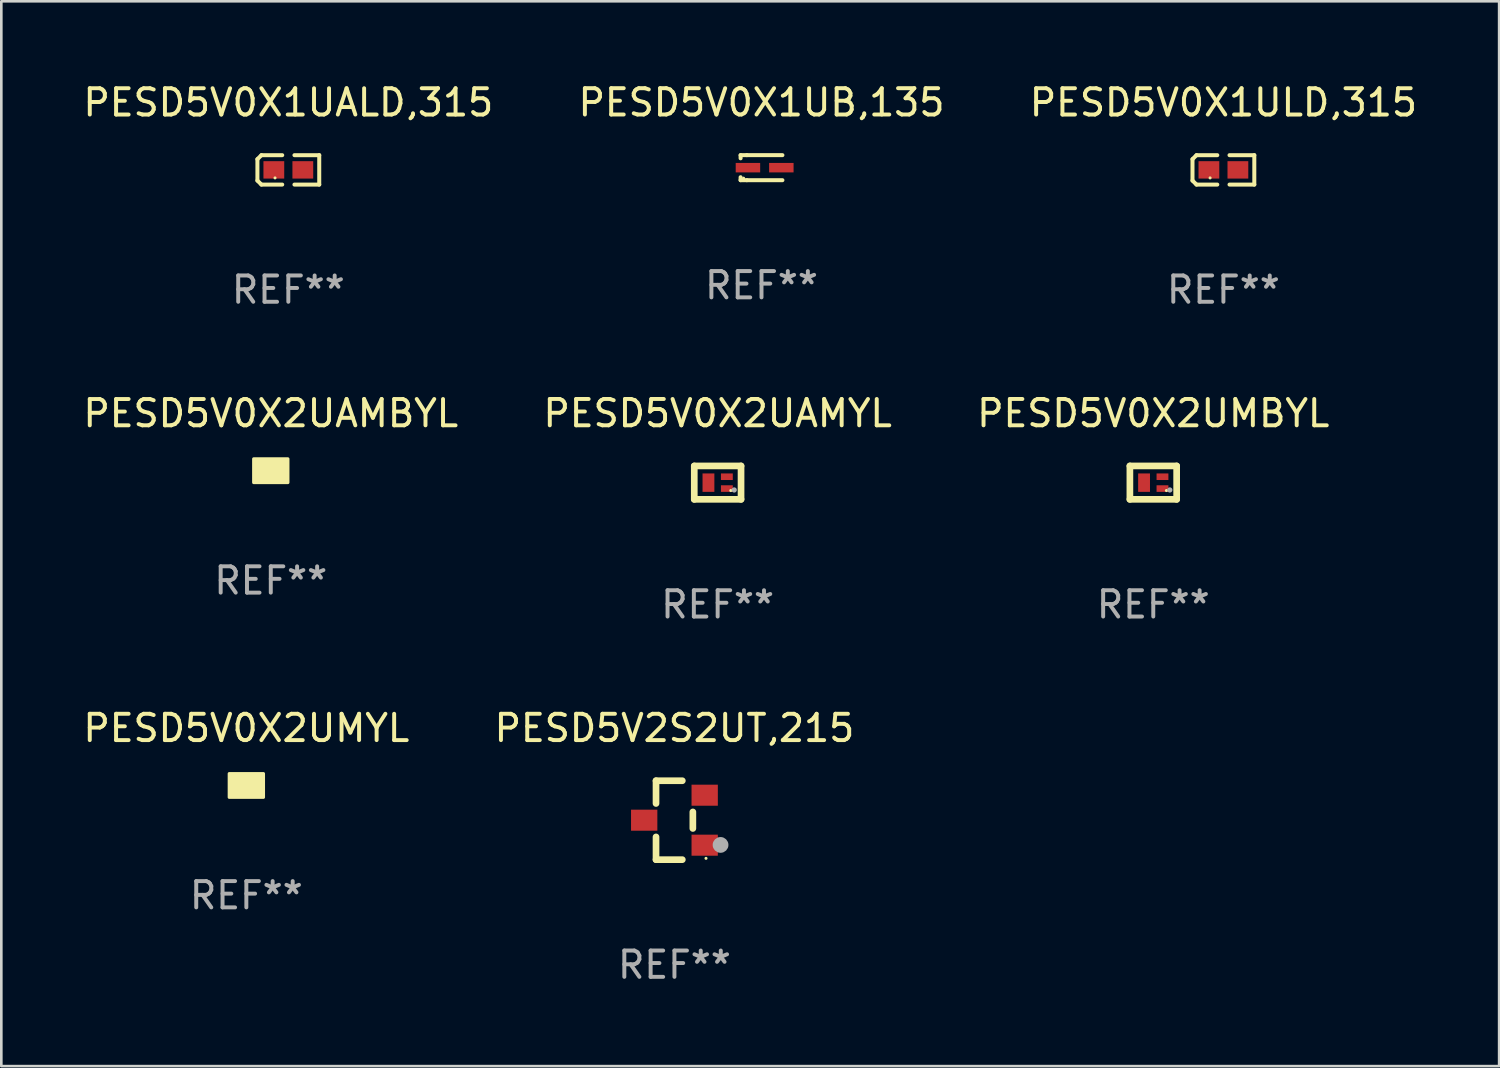
<source format=kicad_pcb>
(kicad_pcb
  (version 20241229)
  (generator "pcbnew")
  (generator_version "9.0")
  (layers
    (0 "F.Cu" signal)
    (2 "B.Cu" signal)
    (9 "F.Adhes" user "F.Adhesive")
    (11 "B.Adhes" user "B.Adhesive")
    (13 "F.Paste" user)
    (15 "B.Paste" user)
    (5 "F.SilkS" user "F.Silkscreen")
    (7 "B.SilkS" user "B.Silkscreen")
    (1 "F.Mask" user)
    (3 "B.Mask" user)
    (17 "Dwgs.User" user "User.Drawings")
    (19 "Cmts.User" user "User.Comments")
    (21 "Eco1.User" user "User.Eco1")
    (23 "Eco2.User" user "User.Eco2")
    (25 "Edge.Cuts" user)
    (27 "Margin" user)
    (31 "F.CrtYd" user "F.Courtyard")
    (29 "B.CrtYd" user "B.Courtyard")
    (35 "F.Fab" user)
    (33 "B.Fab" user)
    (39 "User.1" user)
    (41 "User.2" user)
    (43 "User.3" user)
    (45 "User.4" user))
  (footprint "PESD5V0X2UAMBYL"
    (layer "F.Cu")
    (at 7.244 14.844)
    (property "Reference" "PESD5V0X2UAMBYL" (at 0 -2.18 0) (layer "F.SilkS") (effects (font (size 1 1) (thickness 0.15))))
    (attr through_hole)
    (fp_circle (center 0.513 0.311) (end 0.543 0.311) (stroke (width 0.06) (type solid)) (fill no) (layer "F.SilkS"))
    (fp_poly (pts (xy -0.65 -0.45) (xy 0.65 -0.45) (xy 0.65 0.45) (xy -0.65 0.45)) (stroke (width 0.12) (type solid)) (fill yes) (layer "F.SilkS"))
    (fp_text user "REF**" (at 0 4.18 0) (layer "F.Fab") (effects (font (size 1 1) (thickness 0.15))))
    (pad "1" smd custom (at 0.35 0.18) (size 0.26 0.16) (layers "F.Cu" "F.Mask" "F.Paste") (options (anchor circle)) (primitives (gr_poly (pts (xy 0.13 0.08) (xy -0.13 0.08) (xy -0.13 -0.08) (xy 0.13 -0.08)) (width 0) (fill yes))))
    (pad "2" smd custom (at 0.35 -0.18) (size 0.26 0.16) (layers "F.Cu" "F.Mask" "F.Paste") (options (anchor circle)) (primitives (gr_poly (pts (xy 0.13 0.08) (xy -0.13 0.08) (xy -0.13 -0.08) (xy 0.13 -0.08)) (width 0) (fill yes))))
    (pad "3" smd custom (at -0.35 -0.005) (size 0.26 0.51) (layers "F.Cu" "F.Mask" "F.Paste") (options (anchor circle)) (primitives (gr_poly (pts (xy 0.13 0.255) (xy -0.13 0.255) (xy -0.13 -0.255) (xy 0.13 -0.255)) (width 0) (fill yes)))))
  (footprint "PESD5V0X2UMYL"
    (layer "F.Cu")
    (at 6.315 26.81)
    (property "Reference" "PESD5V0X2UMYL" (at 0 -2.18 0) (layer "F.SilkS") (effects (font (size 1 1) (thickness 0.15))))
    (attr through_hole)
    (fp_circle (center 0.513 0.311) (end 0.543 0.311) (stroke (width 0.06) (type solid)) (fill no) (layer "F.SilkS"))
    (fp_poly (pts (xy -0.65 -0.45) (xy 0.65 -0.45) (xy 0.65 0.45) (xy -0.65 0.45)) (stroke (width 0.12) (type solid)) (fill yes) (layer "F.SilkS"))
    (fp_text user "REF**" (at 0 4.18 0) (layer "F.Fab") (effects (font (size 1 1) (thickness 0.15))))
    (pad "1" smd custom (at 0.35 0.18) (size 0.26 0.16) (layers "F.Cu" "F.Mask" "F.Paste") (options (anchor circle)) (primitives (gr_poly (pts (xy 0.13 0.08) (xy -0.13 0.08) (xy -0.13 -0.08) (xy 0.13 -0.08)) (width 0) (fill yes))))
    (pad "2" smd custom (at 0.35 -0.18) (size 0.26 0.16) (layers "F.Cu" "F.Mask" "F.Paste") (options (anchor circle)) (primitives (gr_poly (pts (xy 0.13 0.08) (xy -0.13 0.08) (xy -0.13 -0.08) (xy 0.13 -0.08)) (width 0) (fill yes))))
    (pad "3" smd custom (at -0.35 -0.005) (size 0.26 0.51) (layers "F.Cu" "F.Mask" "F.Paste") (options (anchor circle)) (primitives (gr_poly (pts (xy 0.13 0.255) (xy -0.13 0.255) (xy -0.13 -0.255) (xy 0.13 -0.255)) (width 0) (fill yes)))))
  (footprint "PESD5V2S2UT,215"
    (layer "F.Cu")
    (at 22.589 28.13)
    (property "Reference" "PESD5V2S2UT,215" (at 0 -3.5 0) (layer "F.SilkS") (effects (font (size 1 1) (thickness 0.15))))
    (attr through_hole)
    (fp_line (start -0.7 -1.5) (end 0.3 -1.5) (stroke (width 0.254) (type solid)) (layer "F.SilkS"))
    (fp_line (start -0.7 -0.636) (end -0.7 -1.5) (stroke (width 0.254) (type solid)) (layer "F.SilkS"))
    (fp_line (start -0.7 1.5) (end -0.7 0.636) (stroke (width 0.254) (type solid)) (layer "F.SilkS"))
    (fp_line (start -0.7 1.5) (end 0.3 1.5) (stroke (width 0.254) (type solid)) (layer "F.SilkS"))
    (fp_line (start 0.7 0.314) (end 0.7 -0.314) (stroke (width 0.254) (type solid)) (layer "F.SilkS"))
    (fp_circle (center 1.2 1.45) (end 1.23 1.45) (stroke (width 0.06) (type solid)) (fill no) (layer "F.SilkS"))
    (fp_circle (center 1.753 0.94) (end 1.903 0.94) (stroke (width 0.3) (type solid)) (fill no) (layer "F.Fab"))
    (fp_text user "REF**" (at 0 5.5 0) (layer "F.Fab") (effects (font (size 1 1) (thickness 0.15))))
    (pad "1" smd rect (at 1.15 0.95 180) (size 1 0.8) (layers "F.Cu" "F.Mask" "F.Paste"))
    (pad "2" smd rect (at 1.15 -0.95 180) (size 1 0.8) (layers "F.Cu" "F.Mask" "F.Paste"))
    (pad "3" smd rect (at -1.15 -0.000051 180) (size 1 0.8) (layers "F.Cu" "F.Mask" "F.Paste")))
  (footprint "PESD5V0X1ULD,315"
    (layer "F.Cu")
    (at 43.458 3.408)
    (property "Reference" "PESD5V0X1ULD,315" (at 0 -2.559 0) (layer "F.SilkS") (effects (font (size 1 1) (thickness 0.15))))
    (attr through_hole)
    (fp_line (start -1.175 -0.407) (end -1.023 -0.559) (stroke (width 0.152) (type solid)) (layer "F.SilkS"))
    (fp_line (start -1.175 0.407) (end -1.175 -0.407) (stroke (width 0.152) (type solid)) (layer "F.SilkS"))
    (fp_line (start -1.023 -0.559) (end -0.232 -0.559) (stroke (width 0.152) (type solid)) (layer "F.SilkS"))
    (fp_line (start -1.023 0.559) (end -1.175 0.407) (stroke (width 0.152) (type solid)) (layer "F.SilkS"))
    (fp_line (start -0.232 0.559) (end -1.023 0.559) (stroke (width 0.152) (type solid)) (layer "F.SilkS"))
    (fp_line (start 0.232 0.559) (end 1.175 0.559) (stroke (width 0.152) (type solid)) (layer "F.SilkS"))
    (fp_line (start 1.175 -0.559) (end 0.232 -0.559) (stroke (width 0.152) (type solid)) (layer "F.SilkS"))
    (fp_line (start 1.175 0.559) (end 1.175 -0.559) (stroke (width 0.152) (type solid)) (layer "F.SilkS"))
    (fp_circle (center -0.506 0.306) (end -0.476 0.306) (stroke (width 0.06) (type solid)) (fill no) (layer "F.SilkS"))
    (fp_text user "REF**" (at 0 4.559 0) (layer "F.Fab") (effects (font (size 1 1) (thickness 0.15))))
    (pad "1" smd rect (at -0.551 0) (size 0.79 0.661) (layers "F.Cu" "F.Mask" "F.Paste"))
    (pad "2" smd rect (at 0.551 0) (size 0.79 0.661) (layers "F.Cu" "F.Mask" "F.Paste")))
  (footprint "PESD5V0X2UMBYL"
    (layer "F.Cu")
    (at 40.792 15.298)
    (property "Reference" "PESD5V0X2UMBYL" (at 0 -2.635 0) (layer "F.SilkS") (effects (font (size 1 1) (thickness 0.15))))
    (attr through_hole)
    (fp_line (start -0.889 -0.635) (end 0.889 -0.635) (stroke (width 0.254) (type solid)) (layer "F.SilkS"))
    (fp_line (start -0.889 0.635) (end -0.889 -0.635) (stroke (width 0.254) (type solid)) (layer "F.SilkS"))
    (fp_line (start 0.889 -0.635) (end 0.889 0.635) (stroke (width 0.254) (type solid)) (layer "F.SilkS"))
    (fp_line (start 0.889 0.635) (end -0.889 0.635) (stroke (width 0.254) (type solid)) (layer "F.SilkS"))
    (fp_circle (center 0.5 0.3) (end 0.53 0.3) (stroke (width 0.06) (type solid)) (fill no) (layer "F.SilkS"))
    (fp_circle (center 0.629 0.278) (end 0.679 0.278) (stroke (width 0.1) (type solid)) (fill no) (layer "F.Fab"))
    (fp_text user "REF**" (at 0 4.635 0) (layer "F.Fab") (effects (font (size 1 1) (thickness 0.15))))
    (pad "1" smd rect (at 0.35 0.225) (size 0.45 0.25) (layers "F.Cu" "F.Mask" "F.Paste"))
    (pad "2" smd rect (at 0.35 -0.225) (size 0.45 0.25) (layers "F.Cu" "F.Mask" "F.Paste"))
    (pad "3" smd rect (at -0.35 0 180) (size 0.45 0.7) (layers "F.Cu" "F.Mask" "F.Paste")))
  (footprint "PESD5V0X1UB,135"
    (layer "F.Cu")
    (at 25.899 3.324)
    (property "Reference" "PESD5V0X1UB,135" (at 0 -2.476 0) (layer "F.SilkS") (effects (font (size 1 1) (thickness 0.15))))
    (attr through_hole)
    (fp_line (start -0.795 -0.476) (end -0.795 -0.356) (stroke (width 0.152) (type solid)) (layer "F.SilkS"))
    (fp_line (start -0.795 0.363) (end -0.795 0.476) (stroke (width 0.152) (type solid)) (layer "F.SilkS"))
    (fp_line (start -0.795 0.476) (end -0.557 0.476) (stroke (width 0.152) (type solid)) (layer "F.SilkS"))
    (fp_line (start -0.557 -0.476) (end -0.795 -0.476) (stroke (width 0.152) (type solid)) (layer "F.SilkS"))
    (fp_line (start -0.557 -0.476) (end 0.795 -0.476) (stroke (width 0.152) (type solid)) (layer "F.SilkS"))
    (fp_line (start -0.557 0.476) (end 0.795 0.476) (stroke (width 0.152) (type solid)) (layer "F.SilkS"))
    (fp_circle (center -0.681 0.4) (end -0.651 0.4) (stroke (width 0.06) (type solid)) (fill no) (layer "F.SilkS"))
    (fp_text user "REF**" (at 0 4.476 0) (layer "F.Fab") (effects (font (size 1 1) (thickness 0.15))))
    (pad "1" smd rect (at -0.516 0 180) (size 0.93 0.36) (layers "F.Cu" "F.Mask" "F.Paste"))
    (pad "2" smd rect (at 0.754 0 180) (size 0.93 0.36) (layers "F.Cu" "F.Mask" "F.Paste")))
  (footprint "PESD5V0X2UAMYL"
    (layer "F.Cu")
    (at 24.232 15.298)
    (property "Reference" "PESD5V0X2UAMYL" (at 0 -2.635 0) (layer "F.SilkS") (effects (font (size 1 1) (thickness 0.15))))
    (attr through_hole)
    (fp_line (start -0.889 -0.635) (end 0.889 -0.635) (stroke (width 0.254) (type solid)) (layer "F.SilkS"))
    (fp_line (start -0.889 0.635) (end -0.889 -0.635) (stroke (width 0.254) (type solid)) (layer "F.SilkS"))
    (fp_line (start 0.889 -0.635) (end 0.889 0.635) (stroke (width 0.254) (type solid)) (layer "F.SilkS"))
    (fp_line (start 0.889 0.635) (end -0.889 0.635) (stroke (width 0.254) (type solid)) (layer "F.SilkS"))
    (fp_circle (center 0.5 0.3) (end 0.53 0.3) (stroke (width 0.06) (type solid)) (fill no) (layer "F.SilkS"))
    (fp_circle (center 0.629 0.278) (end 0.679 0.278) (stroke (width 0.1) (type solid)) (fill no) (layer "F.Fab"))
    (fp_text user "REF**" (at 0 4.635 0) (layer "F.Fab") (effects (font (size 1 1) (thickness 0.15))))
    (pad "1" smd rect (at 0.35 0.225) (size 0.45 0.25) (layers "F.Cu" "F.Mask" "F.Paste"))
    (pad "2" smd rect (at 0.35 -0.225) (size 0.45 0.25) (layers "F.Cu" "F.Mask" "F.Paste"))
    (pad "3" smd rect (at -0.35 0 180) (size 0.45 0.7) (layers "F.Cu" "F.Mask" "F.Paste")))
  (footprint "PESD5V0X1UALD,315"
    (layer "F.Cu")
    (at 7.911 3.408)
    (property "Reference" "PESD5V0X1UALD,315" (at 0 -2.559 0) (layer "F.SilkS") (effects (font (size 1 1) (thickness 0.15))))
    (attr through_hole)
    (fp_line (start -1.175 -0.407) (end -1.023 -0.559) (stroke (width 0.152) (type solid)) (layer "F.SilkS"))
    (fp_line (start -1.175 0.407) (end -1.175 -0.407) (stroke (width 0.152) (type solid)) (layer "F.SilkS"))
    (fp_line (start -1.023 -0.559) (end -0.232 -0.559) (stroke (width 0.152) (type solid)) (layer "F.SilkS"))
    (fp_line (start -1.023 0.559) (end -1.175 0.407) (stroke (width 0.152) (type solid)) (layer "F.SilkS"))
    (fp_line (start -0.232 0.559) (end -1.023 0.559) (stroke (width 0.152) (type solid)) (layer "F.SilkS"))
    (fp_line (start 0.232 0.559) (end 1.175 0.559) (stroke (width 0.152) (type solid)) (layer "F.SilkS"))
    (fp_line (start 1.175 -0.559) (end 0.232 -0.559) (stroke (width 0.152) (type solid)) (layer "F.SilkS"))
    (fp_line (start 1.175 0.559) (end 1.175 -0.559) (stroke (width 0.152) (type solid)) (layer "F.SilkS"))
    (fp_circle (center -0.506 0.306) (end -0.476 0.306) (stroke (width 0.06) (type solid)) (fill no) (layer "F.SilkS"))
    (fp_text user "REF**" (at 0 4.559 0) (layer "F.Fab") (effects (font (size 1 1) (thickness 0.15))))
    (pad "1" smd rect (at -0.551 0) (size 0.79 0.661) (layers "F.Cu" "F.Mask" "F.Paste"))
    (pad "2" smd rect (at 0.551 0) (size 0.79 0.661) (layers "F.Cu" "F.Mask" "F.Paste")))
  (gr_rect
    (start -3 -3)
    (end 53.94 37.478)
    (stroke (width 0.1) (type default))
    (fill no)
    (layer "Edge.Cuts")))
</source>
